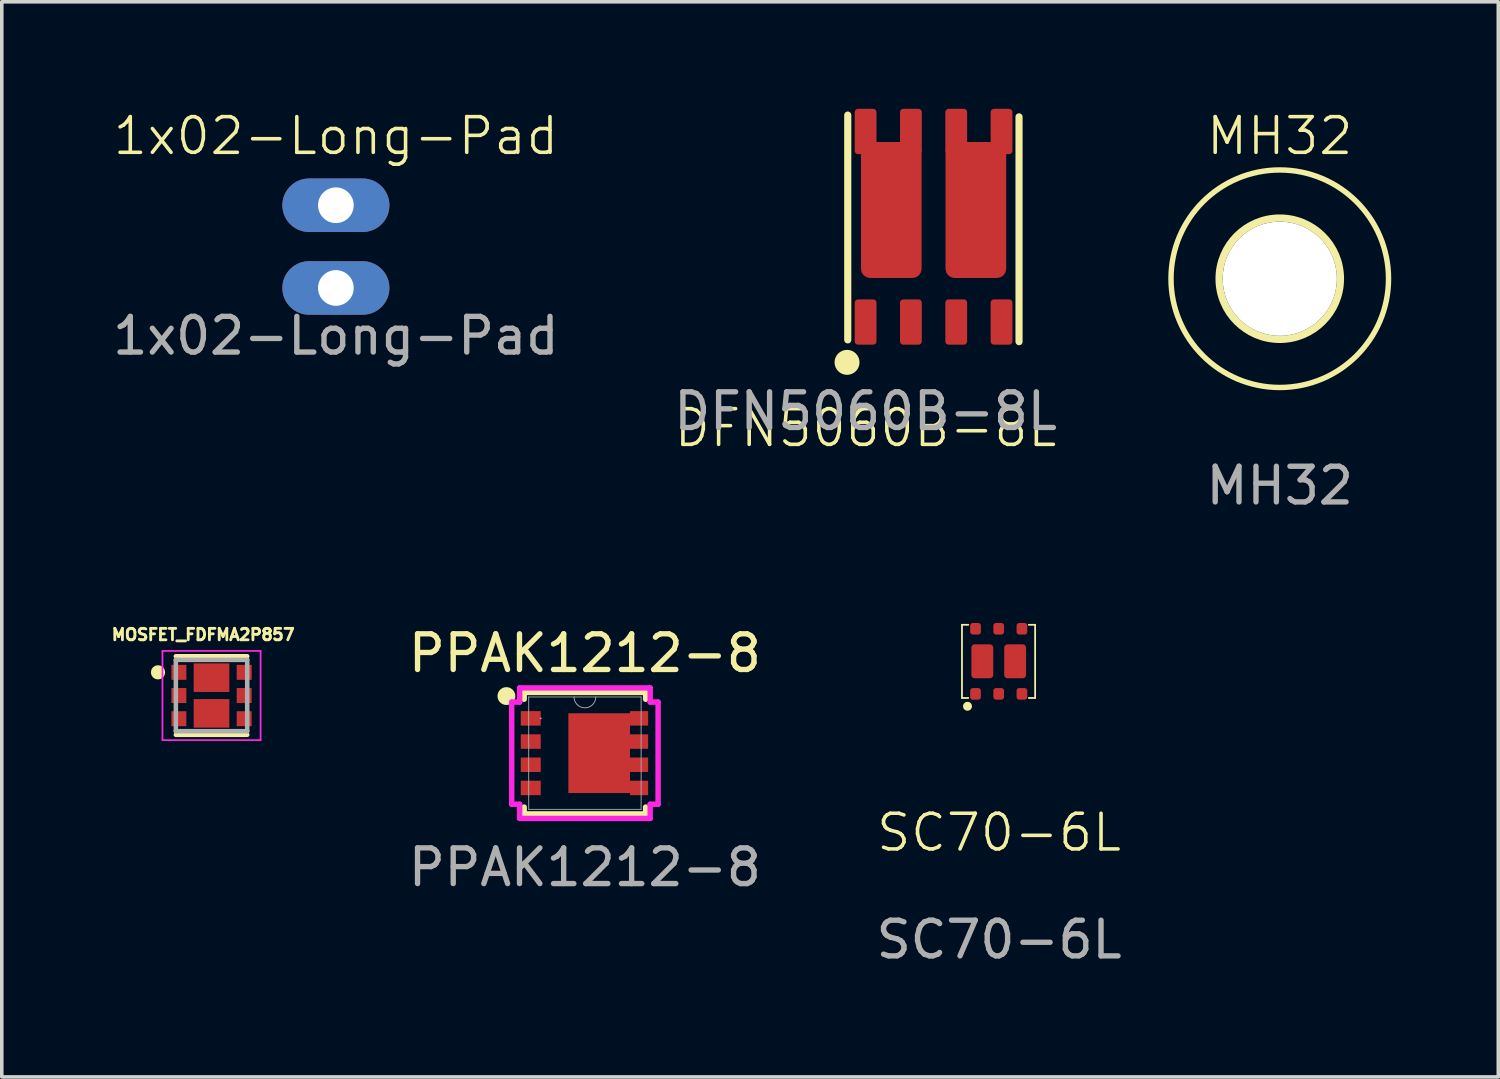
<source format=kicad_pcb>
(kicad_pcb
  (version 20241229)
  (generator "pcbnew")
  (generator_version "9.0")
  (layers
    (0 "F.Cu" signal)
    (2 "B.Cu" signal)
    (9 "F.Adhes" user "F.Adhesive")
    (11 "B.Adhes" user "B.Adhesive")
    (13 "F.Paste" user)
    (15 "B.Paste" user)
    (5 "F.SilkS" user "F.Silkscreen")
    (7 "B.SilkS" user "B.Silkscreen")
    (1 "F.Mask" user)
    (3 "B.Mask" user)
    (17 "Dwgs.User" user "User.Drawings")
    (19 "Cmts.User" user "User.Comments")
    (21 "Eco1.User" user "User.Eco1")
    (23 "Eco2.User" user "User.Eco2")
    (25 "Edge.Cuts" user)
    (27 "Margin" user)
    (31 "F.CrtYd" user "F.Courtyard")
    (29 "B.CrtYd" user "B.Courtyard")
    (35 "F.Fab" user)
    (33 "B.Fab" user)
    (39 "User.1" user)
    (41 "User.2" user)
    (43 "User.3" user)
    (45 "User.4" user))
  (footprint "1x02-Long-Pad"
    (layer "F.Cu")
    (at 6.363 3.861)
    (property "Reference" "1x02-Long-Pad" (at 0 -3.1 0) (unlocked yes) (layer "F.SilkS") (effects (font (size 1 1) (thickness 0.1))))
    (attr through_hole)
    (fp_text user "${REFERENCE}" (at 0 2.5 0) (unlocked yes) (layer "F.Fab") (effects (font (size 1 1) (thickness 0.15))))
    (pad "1" thru_hole oval (at 0 1.159 180) (size 3 1.5) (drill 1) (layers "*.Cu" "*.Mask"))
    (pad "2" thru_hole oval (at 0 -1.159 180) (size 3 1.5) (drill 1) (layers "*.Cu" "*.Mask")))
  (footprint "SC70-6L"
    (layer "F.Cu")
    (at 24.949 15.483)
    (property "Reference" "SC70-6L" (at 0 4.8 0) (unlocked yes) (layer "F.SilkS") (effects (font (size 1 1) (thickness 0.1))))
    (attr smd)
    (fp_line (start -1.04 -1.023) (end -1.04 1.027) (stroke (width 0.05) (type default)) (layer "F.SilkS"))
    (fp_line (start -1.04 -1.023) (end -0.863 -1.023) (stroke (width 0.05) (type default)) (layer "F.SilkS"))
    (fp_line (start -0.863 1.027) (end -1.04 1.027) (stroke (width 0.05) (type default)) (layer "F.SilkS"))
    (fp_line (start 1.01 -1.023) (end 0.833 -1.023) (stroke (width 0.05) (type default)) (layer "F.SilkS"))
    (fp_line (start 1.01 -1.023) (end 1.01 1.027) (stroke (width 0.05) (type default)) (layer "F.SilkS"))
    (fp_line (start 1.01 1.027) (end 0.833 1.027) (stroke (width 0.05) (type default)) (layer "F.SilkS"))
    (fp_circle (center -0.885 1.26) (end -0.81 1.26) (stroke (width 0.1) (type solid)) (fill yes) (layer "F.SilkS"))
    (fp_text user "${REFERENCE}" (at 0 7.8 0) (unlocked yes) (layer "F.Fab") (effects (font (size 1 1) (thickness 0.15))))
    (pad "1" smd roundrect (at -0.66 0.912 90) (size 0.325 0.3) (layers "F.Cu" "F.Mask" "F.Paste") (roundrect_rratio 0.25))
    (pad "2" smd roundrect (at -0.01 0.912 90) (size 0.325 0.3) (layers "F.Cu" "F.Mask" "F.Paste") (roundrect_rratio 0.25))
    (pad "3" smd roundrect (at 0.64 0.912 90) (size 0.325 0.3) (layers "F.Cu" "F.Mask" "F.Paste") (roundrect_rratio 0.25))
    (pad "4" smd roundrect (at 0.64 -0.912 90) (size 0.325 0.3) (layers "F.Cu" "F.Mask" "F.Paste") (roundrect_rratio 0.25))
    (pad "5" smd roundrect (at -0.01 -0.912 90) (size 0.325 0.3) (layers "F.Cu" "F.Mask" "F.Paste") (roundrect_rratio 0.25))
    (pad "6" smd roundrect (at -0.66 -0.912 90) (size 0.325 0.3) (layers "F.Cu" "F.Mask" "F.Paste") (roundrect_rratio 0.25))
    (pad "D1" smd roundrect (at -0.47 0 180) (size 0.613 0.95) (layers "F.Cu" "F.Mask" "F.Paste") (roundrect_rratio 0.15))
    (pad "D2" smd roundrect (at 0.45 0 180) (size 0.613 0.95) (layers "F.Cu" "F.Mask" "F.Paste") (roundrect_rratio 0.15)))
  (footprint "PPAK1212-8"
    (layer "F.Cu")
    (at 13.342 18.057)
    (property "Reference" "PPAK1212-8" (at 0 -2.8 0) (unlocked yes) (layer "F.SilkS") (effects (font (size 1 1) (thickness 0.15))))
    (attr smd)
    (fp_line (start -1.702 -1.702) (end -1.702 -1.511) (stroke (width 0.152) (type solid)) (layer "F.SilkS"))
    (fp_line (start -1.702 1.511) (end -1.702 1.702) (stroke (width 0.152) (type solid)) (layer "F.SilkS"))
    (fp_line (start -1.702 1.702) (end 1.702 1.702) (stroke (width 0.152) (type solid)) (layer "F.SilkS"))
    (fp_line (start 1.702 -1.702) (end -1.702 -1.702) (stroke (width 0.152) (type solid)) (layer "F.SilkS"))
    (fp_line (start 1.702 -1.511) (end 1.702 -1.702) (stroke (width 0.152) (type solid)) (layer "F.SilkS"))
    (fp_line (start 1.702 1.702) (end 1.702 1.511) (stroke (width 0.152) (type solid)) (layer "F.SilkS"))
    (fp_circle (center -2.2 -1.6) (end -2 -1.6) (stroke (width 0.1) (type solid)) (fill yes) (layer "F.SilkS"))
    (fp_line (start -2.051 -1.432) (end -1.829 -1.432) (stroke (width 0.152) (type solid)) (layer "F.CrtYd"))
    (fp_line (start -2.051 1.432) (end -2.051 -1.432) (stroke (width 0.152) (type solid)) (layer "F.CrtYd"))
    (fp_line (start -2.051 1.432) (end -1.829 1.432) (stroke (width 0.152) (type solid)) (layer "F.CrtYd"))
    (fp_line (start -1.829 -1.829) (end 1.829 -1.829) (stroke (width 0.152) (type solid)) (layer "F.CrtYd"))
    (fp_line (start -1.829 -1.432) (end -1.829 -1.829) (stroke (width 0.152) (type solid)) (layer "F.CrtYd"))
    (fp_line (start -1.829 1.829) (end -1.829 1.432) (stroke (width 0.152) (type solid)) (layer "F.CrtYd"))
    (fp_line (start 1.829 -1.829) (end 1.829 -1.432) (stroke (width 0.152) (type solid)) (layer "F.CrtYd"))
    (fp_line (start 1.829 1.432) (end 1.829 1.829) (stroke (width 0.152) (type solid)) (layer "F.CrtYd"))
    (fp_line (start 1.829 1.829) (end -1.829 1.829) (stroke (width 0.152) (type solid)) (layer "F.CrtYd"))
    (fp_line (start 2.051 -1.432) (end 1.829 -1.432) (stroke (width 0.152) (type solid)) (layer "F.CrtYd"))
    (fp_line (start 2.051 -1.432) (end 2.051 1.432) (stroke (width 0.152) (type solid)) (layer "F.CrtYd"))
    (fp_line (start 2.051 1.432) (end 1.829 1.432) (stroke (width 0.152) (type solid)) (layer "F.CrtYd"))
    (fp_line (start -1.575 -1.575) (end -1.575 1.575) (stroke (width 0.025) (type solid)) (layer "F.Fab"))
    (fp_line (start -1.575 1.575) (end 1.575 1.575) (stroke (width 0.025) (type solid)) (layer "F.Fab"))
    (fp_line (start 1.575 -1.575) (end -1.575 -1.575) (stroke (width 0.025) (type solid)) (layer "F.Fab"))
    (fp_line (start 1.575 1.575) (end 1.575 -1.575) (stroke (width 0.025) (type solid)) (layer "F.Fab"))
    (fp_arc (start 0.3048 -1.5748) (mid 0 -1.27) (end -0.3048 -1.5748) (stroke (width 0.0254) (type solid)) (layer "F.Fab"))
    (fp_circle (center -1.238 -0.975) (end -1.238 -0.975) (stroke (width 0.025) (type solid)) (fill no) (layer "F.Fab"))
    (fp_text user "${REFERENCE}" (at 0 3.2 0) (unlocked yes) (layer "F.Fab") (effects (font (size 1 1) (thickness 0.15))))
    (pad "1" smd rect (at -1.518 0.975) (size 0.559 0.406) (layers "F.Cu" "F.Mask" "F.Paste"))
    (pad "2" smd rect (at -1.518 -0.975) (size 0.559 0.406) (layers "F.Cu" "F.Mask" "F.Paste"))
    (pad "2" smd rect (at -1.518 -0.325) (size 0.559 0.406) (layers "F.Cu" "F.Mask" "F.Paste"))
    (pad "2" smd rect (at -1.518 0.325) (size 0.559 0.406) (layers "F.Cu" "F.Mask" "F.Paste"))
    (pad "3" smd rect (at 0.4 0) (size 1.727 2.235) (layers "F.Cu" "F.Mask" "F.Paste"))
    (pad "3" smd rect (at 1.518 -0.975) (size 0.508 0.406) (layers "F.Cu" "F.Mask" "F.Paste"))
    (pad "3" smd rect (at 1.518 -0.325) (size 0.508 0.406) (layers "F.Cu" "F.Mask" "F.Paste"))
    (pad "3" smd rect (at 1.518 0.325) (size 0.508 0.406) (layers "F.Cu" "F.Mask" "F.Paste"))
    (pad "3" smd rect (at 1.518 0.975) (size 0.508 0.406) (layers "F.Cu" "F.Mask" "F.Paste")))
  (footprint "MH32"
    (layer "F.Cu")
    (at 32.815 4.761)
    (property "Reference" "MH32" (at 0 -4 0) (unlocked yes) (layer "F.SilkS") (effects (font (size 1 1) (thickness 0.1))))
    (attr through_hole)
    (fp_circle (center 0 0) (end 1.7 0) (stroke (width 0.203) (type solid)) (fill no) (layer "F.SilkS"))
    (fp_circle (center 0 0) (end 3.048 0) (stroke (width 0.152) (type solid)) (fill no) (layer "F.SilkS"))
    (fp_circle (center 0 0) (end 1.016 0) (stroke (width 1.016) (type solid)) (fill no) (layer "B.CrtYd"))
    (fp_circle (center 0 0) (end 1.016 0) (stroke (width 1.016) (type solid)) (fill no) (layer "F.CrtYd"))
    (fp_circle (center 0 0) (end 0.762 0) (stroke (width 0.457) (type solid)) (fill no) (layer "F.Fab"))
    (fp_text user "${REFERENCE}" (at 0 5.8 0) (unlocked yes) (layer "F.Fab") (effects (font (size 1 1) (thickness 0.15))))
    (pad "" np_thru_hole circle (at 0 0) (size 3.2 3.2) (drill 3.2) (layers "*.Cu" "*.Mask"))
    (zone (net_name "") (layer "F.Cu") (hatch edge 0.5) (connect_pads) (min_thickness 0.25) (filled_areas_thickness no) (keepout (tracks not_allowed) (vias not_allowed) (pads not_allowed) (copperpour not_allowed) (footprints allowed)) (placement (enabled no)) (fill) (polygon (pts (xy 34.339 4.761) (xy 34.319 4.516) (xy 34.26 4.278) (xy 34.164 4.052) (xy 34.033 3.845) (xy 33.87 3.661) (xy 33.68 3.506) (xy 33.468 3.384) (xy 33.239 3.297) (xy 32.998 3.248) (xy 32.753 3.238) (xy 32.51 3.267) (xy 32.274 3.336) (xy 32.053 3.441) (xy 31.851 3.58) (xy 31.674 3.75) (xy 31.527 3.946) (xy 31.413 4.163) (xy 31.335 4.396) (xy 31.296 4.638) (xy 31.296 4.883) (xy 31.335 5.125) (xy 31.413 5.358) (xy 31.527 5.575) (xy 31.674 5.771) (xy 31.851 5.941) (xy 32.053 6.08) (xy 32.274 6.185) (xy 32.51 6.254) (xy 32.753 6.283) (xy 32.998 6.273) (xy 33.239 6.224) (xy 33.468 6.137) (xy 33.68 6.015) (xy 33.87 5.86) (xy 34.033 5.676) (xy 34.164 5.469) (xy 34.26 5.243) (xy 34.319 5.005))) (polygon (pts (xy 33.323 4.761) (xy 33.302 4.617) (xy 33.242 4.486) (xy 33.147 4.377) (xy 33.026 4.298) (xy 32.887 4.258) (xy 32.742 4.258) (xy 32.604 4.298) (xy 32.482 4.377) (xy 32.387 4.486) (xy 32.327 4.617) (xy 32.307 4.761) (xy 32.327 4.904) (xy 32.387 5.035) (xy 32.482 5.144) (xy 32.604 5.223) (xy 32.742 5.263) (xy 32.887 5.263) (xy 33.026 5.223) (xy 33.147 5.144) (xy 33.242 5.035) (xy 33.302 4.904))))
    (zone (net_name "") (layers "F.Cu" "B.Cu") (hatch edge 0.5) (connect_pads) (min_thickness 0.25) (filled_areas_thickness no) (keepout (tracks allowed) (vias not_allowed) (pads allowed) (copperpour allowed) (footprints allowed)) (placement (enabled no)) (fill) (polygon (pts (xy 34.339 4.761) (xy 34.319 4.516) (xy 34.26 4.278) (xy 34.164 4.052) (xy 34.033 3.845) (xy 33.87 3.661) (xy 33.68 3.506) (xy 33.468 3.384) (xy 33.239 3.297) (xy 32.998 3.248) (xy 32.753 3.238) (xy 32.51 3.267) (xy 32.274 3.336) (xy 32.053 3.441) (xy 31.851 3.58) (xy 31.674 3.75) (xy 31.527 3.946) (xy 31.413 4.163) (xy 31.335 4.396) (xy 31.296 4.638) (xy 31.296 4.883) (xy 31.335 5.125) (xy 31.413 5.358) (xy 31.527 5.575) (xy 31.674 5.771) (xy 31.851 5.941) (xy 32.053 6.08) (xy 32.274 6.185) (xy 32.51 6.254) (xy 32.753 6.283) (xy 32.998 6.273) (xy 33.239 6.224) (xy 33.468 6.137) (xy 33.68 6.015) (xy 33.87 5.86) (xy 34.033 5.676) (xy 34.164 5.469) (xy 34.26 5.243) (xy 34.319 5.005))) (polygon (pts (xy 33.323 4.761) (xy 33.302 4.617) (xy 33.242 4.486) (xy 33.147 4.377) (xy 33.026 4.298) (xy 32.887 4.258) (xy 32.742 4.258) (xy 32.604 4.298) (xy 32.482 4.377) (xy 32.387 4.486) (xy 32.327 4.617) (xy 32.307 4.761) (xy 32.327 4.904) (xy 32.387 5.035) (xy 32.482 5.144) (xy 32.604 5.223) (xy 32.742 5.263) (xy 32.887 5.263) (xy 33.026 5.223) (xy 33.147 5.144) (xy 33.242 5.035) (xy 33.302 4.904))))
    (zone (net_name "") (layer "B.Cu") (hatch edge 0.5) (connect_pads) (min_thickness 0.25) (filled_areas_thickness no) (keepout (tracks not_allowed) (vias not_allowed) (pads not_allowed) (copperpour not_allowed) (footprints allowed)) (placement (enabled no)) (fill) (polygon (pts (xy 34.339 4.761) (xy 34.319 4.516) (xy 34.26 4.278) (xy 34.164 4.052) (xy 34.033 3.845) (xy 33.87 3.661) (xy 33.68 3.506) (xy 33.468 3.384) (xy 33.239 3.297) (xy 32.998 3.248) (xy 32.753 3.238) (xy 32.51 3.267) (xy 32.274 3.336) (xy 32.053 3.441) (xy 31.851 3.58) (xy 31.674 3.75) (xy 31.527 3.946) (xy 31.413 4.163) (xy 31.335 4.396) (xy 31.296 4.638) (xy 31.296 4.883) (xy 31.335 5.125) (xy 31.413 5.358) (xy 31.527 5.575) (xy 31.674 5.771) (xy 31.851 5.941) (xy 32.053 6.08) (xy 32.274 6.185) (xy 32.51 6.254) (xy 32.753 6.283) (xy 32.998 6.273) (xy 33.239 6.224) (xy 33.468 6.137) (xy 33.68 6.015) (xy 33.87 5.86) (xy 34.033 5.676) (xy 34.164 5.469) (xy 34.26 5.243) (xy 34.319 5.005))) (polygon (pts (xy 33.323 4.761) (xy 33.302 4.617) (xy 33.242 4.486) (xy 33.147 4.377) (xy 33.026 4.298) (xy 32.887 4.258) (xy 32.742 4.258) (xy 32.604 4.298) (xy 32.482 4.377) (xy 32.387 4.486) (xy 32.327 4.617) (xy 32.307 4.761) (xy 32.327 4.904) (xy 32.387 5.035) (xy 32.482 5.144) (xy 32.604 5.223) (xy 32.742 5.263) (xy 32.887 5.263) (xy 33.026 5.223) (xy 33.147 5.144) (xy 33.242 5.035) (xy 33.302 4.904)))))
  (footprint "DFN5060B-8L"
    (layer "F.Cu")
    (at 21.208 5.975)
    (property "Reference" "DFN5060B-8L" (at 0 2.97 0) (unlocked yes) (layer "F.SilkS") (effects (font (size 1 1) (thickness 0.1))))
    (attr smd)
    (fp_line (start -0.5 -5.8) (end -0.5 0.5) (stroke (width 0.2) (type default)) (layer "F.SilkS"))
    (fp_line (start 4.3 -5.75) (end 4.3 0.55) (stroke (width 0.2) (type default)) (layer "F.SilkS"))
    (fp_circle (center -0.52 1.13) (end -0.22 1.13) (stroke (width 0.1) (type solid)) (fill yes) (layer "F.SilkS"))
    (fp_text user "${REFERENCE}" (at 0 2.5 0) (unlocked yes) (layer "F.Fab") (effects (font (size 1 1) (thickness 0.15))))
    (pad "1" smd roundrect (at 0 0 180) (size 0.61 1.27) (layers "F.Cu" "F.Mask" "F.Paste") (roundrect_rratio 0.15))
    (pad "2" smd roundrect (at 1.27 0 180) (size 0.61 1.27) (layers "F.Cu" "F.Mask" "F.Paste") (roundrect_rratio 0.15))
    (pad "3" smd roundrect (at 2.54 0 180) (size 0.61 1.27) (layers "F.Cu" "F.Mask" "F.Paste") (roundrect_rratio 0.15))
    (pad "4" smd roundrect (at 3.81 0 180) (size 0.61 1.27) (layers "F.Cu" "F.Mask" "F.Paste") (roundrect_rratio 0.15))
    (pad "5" smd roundrect (at 2.54 -5.34 180) (size 0.61 1.27) (layers "F.Cu" "F.Mask" "F.Paste") (roundrect_rratio 0.15))
    (pad "5" smd roundrect (at 3.09 -3.14 180) (size 1.7 3.81) (layers "F.Cu" "F.Mask" "F.Paste") (roundrect_rratio 0.15))
    (pad "5" smd roundrect (at 3.81 -5.34 180) (size 0.61 1.27) (layers "F.Cu" "F.Mask" "F.Paste") (roundrect_rratio 0.15))
    (pad "6" smd roundrect (at 0 -5.34 180) (size 0.61 1.27) (layers "F.Cu" "F.Mask" "F.Paste") (roundrect_rratio 0.15))
    (pad "6" smd roundrect (at 0.72 -3.14 180) (size 1.7 3.81) (layers "F.Cu" "F.Mask" "F.Paste") (roundrect_rratio 0.15))
    (pad "6" smd roundrect (at 1.27 -5.34 180) (size 0.61 1.27) (layers "F.Cu" "F.Mask" "F.Paste") (roundrect_rratio 0.15)))
  (footprint "MOSFET_FDFMA2P857"
    (layer "F.Cu")
    (at 2.878 16.442)
    (property "Reference" "MOSFET_FDFMA2P857" (at -0.234 -1.706 0) (layer "F.SilkS") (effects (font (size 0.32 0.32) (thickness 0.15))))
    (attr smd)
    (fp_line (start 1 -1.1) (end -1 -1.1) (stroke (width 0.127) (type solid)) (layer "F.SilkS"))
    (fp_line (start 1 1.1) (end -1 1.1) (stroke (width 0.127) (type solid)) (layer "F.SilkS"))
    (fp_circle (center -1.5 -0.65) (end -1.4 -0.65) (stroke (width 0.2) (type solid)) (fill no) (layer "F.SilkS"))
    (fp_line (start -1.375 -1.25) (end 1.375 -1.25) (stroke (width 0.05) (type solid)) (layer "F.CrtYd"))
    (fp_line (start -1.375 1.25) (end -1.375 -1.25) (stroke (width 0.05) (type solid)) (layer "F.CrtYd"))
    (fp_line (start 1.375 -1.25) (end 1.375 1.25) (stroke (width 0.05) (type solid)) (layer "F.CrtYd"))
    (fp_line (start 1.375 1.25) (end -1.375 1.25) (stroke (width 0.05) (type solid)) (layer "F.CrtYd"))
    (fp_line (start -1 -1) (end 1 -1) (stroke (width 0.127) (type solid)) (layer "F.Fab"))
    (fp_line (start -1 1) (end -1 -1) (stroke (width 0.127) (type solid)) (layer "F.Fab"))
    (fp_line (start 1 -1) (end 1 1) (stroke (width 0.127) (type solid)) (layer "F.Fab"))
    (fp_line (start 1 1) (end -1 1) (stroke (width 0.127) (type solid)) (layer "F.Fab"))
    (pad "1" smd rect (at -0.915 -0.65 270) (size 0.42 0.42) (layers "F.Cu" "F.Mask" "F.Paste"))
    (pad "2" smd rect (at -0.915 0 270) (size 0.42 0.42) (layers "F.Cu" "F.Mask" "F.Paste"))
    (pad "3" smd rect (at -0.915 0.65 270) (size 0.42 0.42) (layers "F.Cu" "F.Mask" "F.Paste"))
    (pad "4" smd rect (at 0.915 0.65 90) (size 0.42 0.42) (layers "F.Cu" "F.Mask" "F.Paste"))
    (pad "5" smd rect (at 0.915 0 90) (size 0.42 0.42) (layers "F.Cu" "F.Mask" "F.Paste"))
    (pad "6" smd rect (at 0.915 -0.65 90) (size 0.42 0.42) (layers "F.Cu" "F.Mask" "F.Paste"))
    (pad "7" smd rect (at 0 -0.5 270) (size 0.8 1) (layers "F.Cu" "F.Mask" "F.Paste"))
    (pad "8" smd rect (at 0 0.5 270) (size 0.8 1) (layers "F.Cu" "F.Mask" "F.Paste")))
  (gr_rect
    (start -3 -3)
    (end 38.939 27.131)
    (stroke (width 0.1) (type default))
    (fill no)
    (layer "Edge.Cuts")))
</source>
